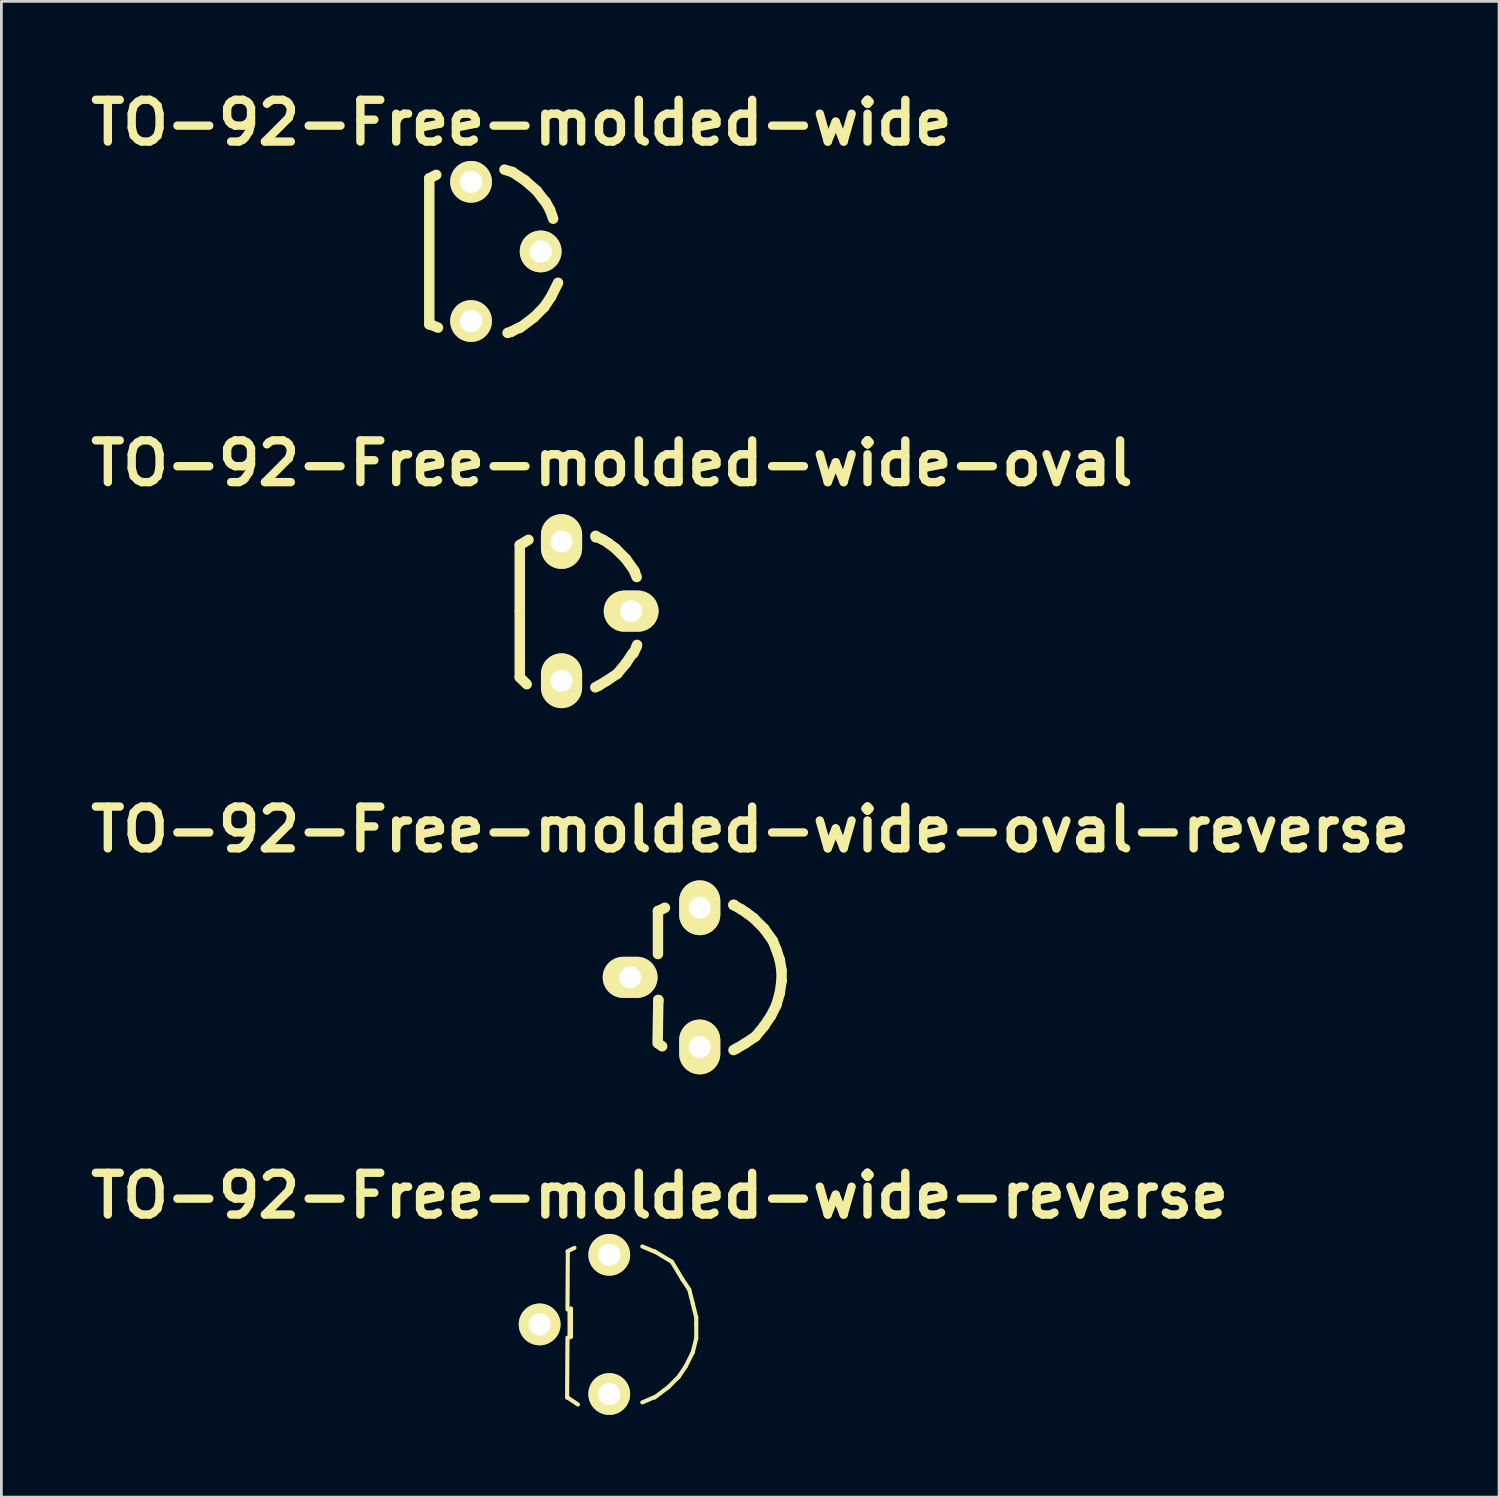
<source format=kicad_pcb>
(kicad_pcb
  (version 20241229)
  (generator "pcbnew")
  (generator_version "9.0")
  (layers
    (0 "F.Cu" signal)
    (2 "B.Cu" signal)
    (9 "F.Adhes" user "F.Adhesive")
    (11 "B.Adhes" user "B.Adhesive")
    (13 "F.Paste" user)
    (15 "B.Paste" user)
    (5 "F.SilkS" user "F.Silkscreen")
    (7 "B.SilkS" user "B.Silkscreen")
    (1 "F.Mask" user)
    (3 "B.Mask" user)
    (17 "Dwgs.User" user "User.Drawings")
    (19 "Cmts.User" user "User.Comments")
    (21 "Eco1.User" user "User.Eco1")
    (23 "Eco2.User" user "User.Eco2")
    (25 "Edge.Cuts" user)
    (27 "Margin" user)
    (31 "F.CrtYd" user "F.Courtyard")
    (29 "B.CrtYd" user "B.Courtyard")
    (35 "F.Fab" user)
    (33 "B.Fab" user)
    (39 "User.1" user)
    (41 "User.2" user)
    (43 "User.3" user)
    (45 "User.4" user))
  (footprint "TO-92-Free-molded-wide"
    (layer "F.Cu")
    (at 14.139 6.125)
    (property "Reference" "TO-92-Free-molded-wide" (at 1.841 -4.699 0) (layer "F.SilkS") (effects (font (size 1.524 1.524) (thickness 0.305))))
    (attr through_hole)
    (fp_line (start -1.524 -2.667) (end -1.524 2.667) (stroke (width 0.381) (type solid)) (layer "F.SilkS"))
    (fp_line (start -1.524 -2.667) (end -1.27 -2.794) (stroke (width 0.381) (type solid)) (layer "F.SilkS"))
    (fp_line (start -1.511 2.654) (end -1.206 2.781) (stroke (width 0.381) (type solid)) (layer "F.SilkS"))
    (fp_line (start 1.46 2.934) (end 1.333 2.972) (stroke (width 0.381) (type solid)) (layer "F.SilkS"))
    (fp_line (start 1.511 -2.896) (end 1.219 -2.985) (stroke (width 0.381) (type solid)) (layer "F.SilkS"))
    (fp_line (start 1.753 2.781) (end 1.46 2.934) (stroke (width 0.381) (type solid)) (layer "F.SilkS"))
    (fp_line (start 1.968 -2.591) (end 1.511 -2.896) (stroke (width 0.381) (type solid)) (layer "F.SilkS"))
    (fp_line (start 2.286 2.413) (end 1.778 2.794) (stroke (width 0.381) (type solid)) (layer "F.SilkS"))
    (fp_line (start 2.4 -2.21) (end 1.968 -2.591) (stroke (width 0.381) (type solid)) (layer "F.SilkS"))
    (fp_line (start 2.667 2.032) (end 2.286 2.413) (stroke (width 0.381) (type solid)) (layer "F.SilkS"))
    (fp_line (start 2.692 -1.829) (end 2.4 -2.21) (stroke (width 0.381) (type solid)) (layer "F.SilkS"))
    (fp_line (start 2.718 -1.816) (end 2.883 -1.511) (stroke (width 0.381) (type solid)) (layer "F.SilkS"))
    (fp_line (start 2.883 -1.511) (end 2.997 -1.194) (stroke (width 0.381) (type solid)) (layer "F.SilkS"))
    (fp_line (start 2.921 1.651) (end 2.667 2.032) (stroke (width 0.381) (type solid)) (layer "F.SilkS"))
    (fp_line (start 3.175 1.143) (end 2.921 1.651) (stroke (width 0.381) (type solid)) (layer "F.SilkS"))
    (pad "1" thru_hole circle (at 0 -2.54) (size 1.524 1.524) (drill 0.813) (layers "*.Cu" "*.Mask" "F.SilkS"))
    (pad "2" thru_hole circle (at 2.54 0) (size 1.524 1.524) (drill 0.813) (layers "*.Cu" "*.Mask" "F.SilkS"))
    (pad "3" thru_hole circle (at 0 2.54) (size 1.524 1.524) (drill 0.813) (layers "*.Cu" "*.Mask" "F.SilkS")))
  (footprint "TO-92-Free-molded-wide-oval"
    (layer "F.Cu")
    (at 17.441 19.251)
    (property "Reference" "TO-92-Free-molded-wide-oval" (at 1.841 -5.397 0) (layer "F.SilkS") (effects (font (size 1.524 1.524) (thickness 0.305))))
    (attr through_hole)
    (fp_line (start -1.524 -2.413) (end -1.206 -2.603) (stroke (width 0.381) (type solid)) (layer "F.SilkS"))
    (fp_line (start -1.524 0) (end -1.524 -2.413) (stroke (width 0.381) (type solid)) (layer "F.SilkS"))
    (fp_line (start -1.524 0) (end -1.524 2.413) (stroke (width 0.381) (type solid)) (layer "F.SilkS"))
    (fp_line (start -1.524 2.413) (end -1.27 2.667) (stroke (width 0.381) (type solid)) (layer "F.SilkS"))
    (fp_line (start 1.245 -2.743) (end 1.245 -2.692) (stroke (width 0.381) (type solid)) (layer "F.SilkS"))
    (fp_line (start 1.359 2.718) (end 1.232 2.781) (stroke (width 0.381) (type solid)) (layer "F.SilkS"))
    (fp_line (start 1.499 -2.603) (end 1.245 -2.743) (stroke (width 0.381) (type solid)) (layer "F.SilkS"))
    (fp_line (start 1.524 -2.603) (end 1.714 -2.477) (stroke (width 0.381) (type solid)) (layer "F.SilkS"))
    (fp_line (start 1.651 2.54) (end 1.333 2.731) (stroke (width 0.381) (type solid)) (layer "F.SilkS"))
    (fp_line (start 1.714 -2.477) (end 1.968 -2.286) (stroke (width 0.381) (type solid)) (layer "F.SilkS"))
    (fp_line (start 1.968 -2.286) (end 2.349 -1.905) (stroke (width 0.381) (type solid)) (layer "F.SilkS"))
    (fp_line (start 2.032 2.286) (end 1.651 2.54) (stroke (width 0.381) (type solid)) (layer "F.SilkS"))
    (fp_line (start 2.349 -1.905) (end 2.667 -1.46) (stroke (width 0.381) (type solid)) (layer "F.SilkS"))
    (fp_line (start 2.349 1.905) (end 2.032 2.286) (stroke (width 0.381) (type solid)) (layer "F.SilkS"))
    (fp_line (start 2.603 1.524) (end 2.349 1.905) (stroke (width 0.381) (type solid)) (layer "F.SilkS"))
    (fp_line (start 2.629 1.537) (end 2.731 1.308) (stroke (width 0.381) (type solid)) (layer "F.SilkS"))
    (fp_line (start 2.654 -1.46) (end 2.743 -1.245) (stroke (width 0.381) (type solid)) (layer "F.SilkS"))
    (fp_line (start 2.731 1.308) (end 2.756 1.232) (stroke (width 0.381) (type solid)) (layer "F.SilkS"))
    (pad "1" thru_hole oval (at 0 -2.54) (size 1.501 1.999) (drill 0.8) (layers "*.Cu" "*.Mask" "F.SilkS"))
    (pad "2" thru_hole oval (at 2.54 0) (size 1.999 1.501) (drill 0.8) (layers "*.Cu" "*.Mask" "F.SilkS"))
    (pad "3" thru_hole oval (at 0 2.54) (size 1.501 1.999) (drill 0.8) (layers "*.Cu" "*.Mask" "F.SilkS")))
  (footprint "TO-92-Free-molded-wide-reverse"
    (layer "F.Cu")
    (at 19.182 45.28)
    (property "Reference" "TO-92-Free-molded-wide-reverse" (at 1.841 -4.699 0) (layer "F.SilkS") (effects (font (size 1.524 1.524) (thickness 0.305))))
    (attr through_hole)
    (fp_line (start -1.537 2.654) (end -1.524 0.483) (stroke (width 0.15) (type solid)) (layer "F.SilkS"))
    (fp_line (start -1.524 -2.667) (end -1.27 -2.794) (stroke (width 0.15) (type solid)) (layer "F.SilkS"))
    (fp_line (start -1.524 2.667) (end -1.499 2.68) (stroke (width 0.15) (type solid)) (layer "F.SilkS"))
    (fp_line (start -1.524 2.667) (end -1.143 2.921) (stroke (width 0.15) (type solid)) (layer "F.SilkS"))
    (fp_line (start -1.511 -2.654) (end -1.524 -0.546) (stroke (width 0.15) (type solid)) (layer "F.SilkS"))
    (fp_line (start -1.448 -0.546) (end -1.448 0.47) (stroke (width 0.15) (type solid)) (layer "F.SilkS"))
    (fp_line (start -1.448 0.47) (end -1.448 0.457) (stroke (width 0.15) (type solid)) (layer "F.SilkS"))
    (fp_line (start -1.397 -0.584) (end -1.397 0.445) (stroke (width 0.15) (type solid)) (layer "F.SilkS"))
    (fp_line (start -1.397 0.445) (end -1.397 0.432) (stroke (width 0.15) (type solid)) (layer "F.SilkS"))
    (fp_line (start 1.651 -2.667) (end 2.286 -2.286) (stroke (width 0.15) (type solid)) (layer "F.SilkS"))
    (fp_line (start 1.651 2.654) (end 1.206 2.845) (stroke (width 0.15) (type solid)) (layer "F.SilkS"))
    (fp_line (start 1.664 -2.654) (end 1.206 -2.845) (stroke (width 0.15) (type solid)) (layer "F.SilkS"))
    (fp_line (start 2.159 2.286) (end 1.651 2.667) (stroke (width 0.15) (type solid)) (layer "F.SilkS"))
    (fp_line (start 2.286 -2.286) (end 2.667 -1.651) (stroke (width 0.15) (type solid)) (layer "F.SilkS"))
    (fp_line (start 2.54 1.905) (end 2.159 2.286) (stroke (width 0.15) (type solid)) (layer "F.SilkS"))
    (fp_line (start 2.667 -1.651) (end 2.921 -1.27) (stroke (width 0.15) (type solid)) (layer "F.SilkS"))
    (fp_line (start 2.794 1.524) (end 2.54 1.905) (stroke (width 0.15) (type solid)) (layer "F.SilkS"))
    (fp_line (start 2.921 -1.27) (end 3.048 -0.762) (stroke (width 0.15) (type solid)) (layer "F.SilkS"))
    (fp_line (start 3.048 -0.762) (end 3.175 -0.254) (stroke (width 0.15) (type solid)) (layer "F.SilkS"))
    (fp_line (start 3.048 1.016) (end 2.794 1.524) (stroke (width 0.15) (type solid)) (layer "F.SilkS"))
    (fp_line (start 3.175 -0.254) (end 3.175 0) (stroke (width 0.15) (type solid)) (layer "F.SilkS"))
    (fp_line (start 3.175 0) (end 3.175 0.508) (stroke (width 0.15) (type solid)) (layer "F.SilkS"))
    (fp_line (start 3.175 0.508) (end 3.048 1.016) (stroke (width 0.15) (type solid)) (layer "F.SilkS"))
    (pad "1" thru_hole circle (at 0 -2.54) (size 1.524 1.524) (drill 0.813) (layers "*.Cu" "*.Mask" "F.SilkS"))
    (pad "2" thru_hole circle (at -2.54 0) (size 1.524 1.524) (drill 0.813) (layers "*.Cu" "*.Mask" "F.SilkS"))
    (pad "3" thru_hole circle (at 0 2.54) (size 1.524 1.524) (drill 0.813) (layers "*.Cu" "*.Mask" "F.SilkS")))
  (footprint "TO-92-Free-molded-wide-oval-reverse"
    (layer "F.Cu")
    (at 22.484 32.615)
    (property "Reference" "TO-92-Free-molded-wide-oval-reverse" (at 1.841 -5.397 0) (layer "F.SilkS") (effects (font (size 1.524 1.524) (thickness 0.305))))
    (attr through_hole)
    (fp_line (start -1.537 2.4) (end -1.511 0.826) (stroke (width 0.381) (type solid)) (layer "F.SilkS"))
    (fp_line (start -1.524 -2.426) (end -1.524 -0.851) (stroke (width 0.381) (type solid)) (layer "F.SilkS"))
    (fp_line (start -1.524 -2.413) (end -1.27 -2.54) (stroke (width 0.381) (type solid)) (layer "F.SilkS"))
    (fp_line (start -1.511 0.826) (end -1.511 0.851) (stroke (width 0.381) (type solid)) (layer "F.SilkS"))
    (fp_line (start -1.511 2.413) (end -1.372 2.515) (stroke (width 0.381) (type solid)) (layer "F.SilkS"))
    (fp_line (start 1.232 -2.642) (end 1.245 -2.642) (stroke (width 0.381) (type solid)) (layer "F.SilkS"))
    (fp_line (start 1.245 -2.642) (end 1.257 -2.642) (stroke (width 0.381) (type solid)) (layer "F.SilkS"))
    (fp_line (start 1.321 2.603) (end 1.232 2.654) (stroke (width 0.381) (type solid)) (layer "F.SilkS"))
    (fp_line (start 1.524 -2.477) (end 1.232 -2.642) (stroke (width 0.381) (type solid)) (layer "F.SilkS"))
    (fp_line (start 1.524 -2.477) (end 1.714 -2.349) (stroke (width 0.381) (type solid)) (layer "F.SilkS"))
    (fp_line (start 1.651 2.413) (end 1.333 2.603) (stroke (width 0.381) (type solid)) (layer "F.SilkS"))
    (fp_line (start 1.714 -2.349) (end 1.968 -2.159) (stroke (width 0.381) (type solid)) (layer "F.SilkS"))
    (fp_line (start 1.968 -2.159) (end 2.349 -1.778) (stroke (width 0.381) (type solid)) (layer "F.SilkS"))
    (fp_line (start 2.032 2.159) (end 1.651 2.413) (stroke (width 0.381) (type solid)) (layer "F.SilkS"))
    (fp_line (start 2.349 -1.778) (end 2.667 -1.333) (stroke (width 0.381) (type solid)) (layer "F.SilkS"))
    (fp_line (start 2.349 1.778) (end 2.032 2.159) (stroke (width 0.381) (type solid)) (layer "F.SilkS"))
    (fp_line (start 2.603 1.397) (end 2.349 1.778) (stroke (width 0.381) (type solid)) (layer "F.SilkS"))
    (fp_line (start 2.667 -1.333) (end 2.794 -1.016) (stroke (width 0.381) (type solid)) (layer "F.SilkS"))
    (fp_line (start 2.794 -1.016) (end 2.921 -0.635) (stroke (width 0.381) (type solid)) (layer "F.SilkS"))
    (fp_line (start 2.794 1.016) (end 2.603 1.397) (stroke (width 0.381) (type solid)) (layer "F.SilkS"))
    (fp_line (start 2.921 -0.635) (end 2.985 -0.254) (stroke (width 0.381) (type solid)) (layer "F.SilkS"))
    (fp_line (start 2.921 0.572) (end 2.794 1.016) (stroke (width 0.381) (type solid)) (layer "F.SilkS"))
    (fp_line (start 2.985 -0.254) (end 2.985 0.127) (stroke (width 0.381) (type solid)) (layer "F.SilkS"))
    (fp_line (start 2.985 0.127) (end 2.921 0.572) (stroke (width 0.381) (type solid)) (layer "F.SilkS"))
    (pad "1" thru_hole oval (at 0 -2.54) (size 1.501 1.999) (drill 0.8) (layers "*.Cu" "*.Mask" "F.SilkS"))
    (pad "2" thru_hole oval (at -2.54 0) (size 1.999 1.501) (drill 0.8) (layers "*.Cu" "*.Mask" "F.SilkS"))
    (pad "3" thru_hole oval (at 0 2.54) (size 1.501 1.999) (drill 0.8) (layers "*.Cu" "*.Mask" "F.SilkS")))
  (gr_rect
    (start -3 -3)
    (end 51.652 51.582)
    (stroke (width 0.1) (type default))
    (fill no)
    (layer "Edge.Cuts")))
</source>
